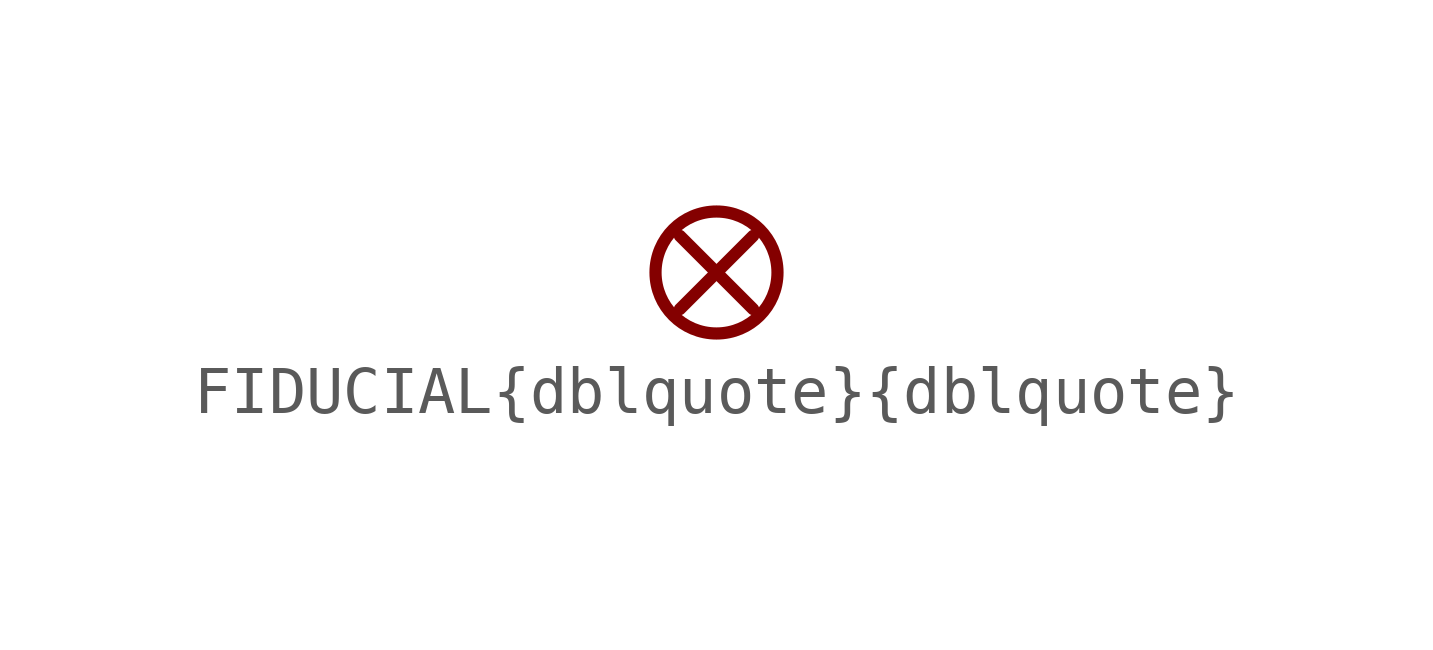
<source format=kicad_sym>
(kicad_symbol_lib
  (version 20211014)
  (generator kicad_symbol_editor)
  (symbol "FIDUCIAL{dblquote}{dblquote}"
    (property "Reference" "FID"
      (at 0 0 0)
      (effects (font (size 1.27 1.27)) hide))
    (property "ki_locked" ""
      (at 0 0 0)
      (effects (font (size 1.27 1.27))))
    (symbol "FIDUCIAL{dblquote}{dblquote}_1_0"
      (polyline (pts (xy -0.762 0.762) (xy 0.762 -0.762)) (stroke (width 0.254) (type default) (color 0 0 0 0)) (fill (type none)))
      (polyline (pts (xy 0.762 0.762) (xy -0.762 -0.762)) (stroke (width 0.254) (type default) (color 0 0 0 0)) (fill (type none)))
      (circle (center 0 0) (radius 1.27) (stroke (width 0.254)) (stroke (width 0.254) (type default) (color 0 0 0 0)) (fill (type none))))))
</source>
